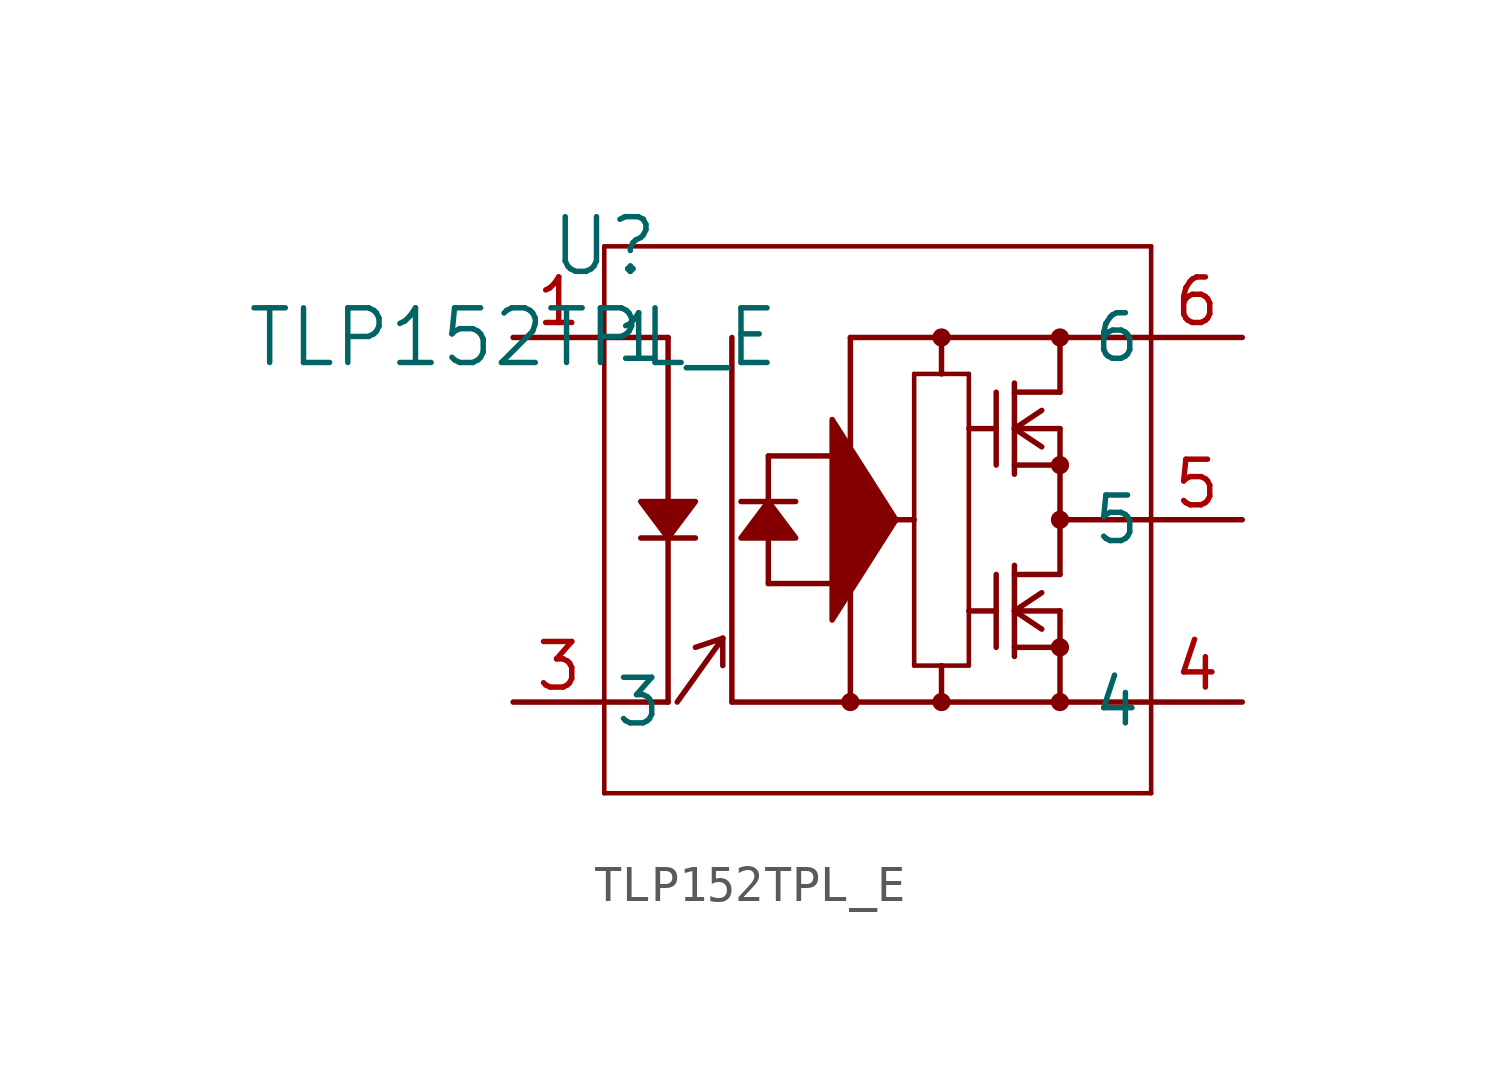
<source format=kicad_sym>
(kicad_symbol_lib
  (version 20211014)
  (generator kicad_symbol_editor)
  (symbol "TLP152TPL_E"
    (pin_names
      (offset 0.254))
    (property "Reference" "U"
      (at 2.54 2.54 0)
      (effects (font (size 1.524 1.524))))
    (property "Value" "TLP152TPL_E"
      (at 0 0 0)
      (effects (font (size 1.524 1.524))))
    (symbol "TLP152TPL_E_0_1"
      (polyline (pts (xy 8.89 -2.286) (xy 8.89 -2.286) (xy 8.89 -7.874) (xy 10.668 -5.08) (xy 8.89 -2.286)) (stroke (width 0) (type default) (color 0 0 0 0)) (fill (type outline)))
      (polyline (pts (xy 2.54 -12.7) (xy 2.54 2.54)) (stroke (width 0.127) (type default) (color 0 0 0 0)) (fill (type none)))
      (polyline (pts (xy 2.54 2.54) (xy 17.78 2.54)) (stroke (width 0.127) (type default) (color 0 0 0 0)) (fill (type none)))
      (polyline (pts (xy 17.78 2.54) (xy 17.78 -12.7)) (stroke (width 0.127) (type default) (color 0 0 0 0)) (fill (type none)))
      (polyline (pts (xy 17.78 -12.7) (xy 2.54 -12.7)) (stroke (width 0.127) (type default) (color 0 0 0 0)) (fill (type none)))
      (polyline (pts (xy 11.176 -9.144) (xy 11.176 -1.016)) (stroke (width 0.127) (type default) (color 0 0 0 0)) (fill (type none)))
      (polyline (pts (xy 11.176 -1.016) (xy 12.7 -1.016)) (stroke (width 0.127) (type default) (color 0 0 0 0)) (fill (type none)))
      (polyline (pts (xy 12.7 -1.016) (xy 12.7 -9.144)) (stroke (width 0.127) (type default) (color 0 0 0 0)) (fill (type none)))
      (polyline (pts (xy 12.7 -9.144) (xy 11.176 -9.144)) (stroke (width 0.127) (type default) (color 0 0 0 0)) (fill (type none)))
      (polyline (pts (xy 4.318 0) (xy 4.318 -4.572)) (stroke (width 0) (type default) (color 0 0 0 0)) (fill (type none)))
      (polyline (pts (xy 4.318 -10.16) (xy 4.318 -5.588)) (stroke (width 0) (type default) (color 0 0 0 0)) (fill (type none)))
      (polyline (pts (xy 3.556 -5.588) (xy 5.08 -5.588)) (stroke (width 0) (type default) (color 0 0 0 0)) (fill (type none)))
      (polyline (pts (xy 4.318 0) (xy 2.54 0)) (stroke (width 0) (type default) (color 0 0 0 0)) (fill (type none)))
      (polyline (pts (xy 4.318 -10.16) (xy 2.54 -10.16)) (stroke (width 0) (type default) (color 0 0 0 0)) (fill (type none)))
      (polyline (pts (xy 7.112 -4.572) (xy 7.112 -3.302)) (stroke (width 0) (type default) (color 0 0 0 0)) (fill (type none)))
      (polyline (pts (xy 6.35 -4.572) (xy 7.874 -4.572)) (stroke (width 0) (type default) (color 0 0 0 0)) (fill (type none)))
      (polyline (pts (xy 7.112 -3.302) (xy 8.89 -3.302)) (stroke (width 0) (type default) (color 0 0 0 0)) (fill (type none)))
      (polyline (pts (xy 7.112 -5.588) (xy 7.112 -6.858)) (stroke (width 0) (type default) (color 0 0 0 0)) (fill (type none)))
      (polyline (pts (xy 7.112 -6.858) (xy 8.89 -6.858)) (stroke (width 0) (type default) (color 0 0 0 0)) (fill (type none)))
      (polyline (pts (xy 6.096 0) (xy 6.096 -10.16)) (stroke (width 0) (type default) (color 0 0 0 0)) (fill (type none)))
      (polyline (pts (xy 5.08 -8.636) (xy 5.842 -8.382)) (stroke (width 0) (type default) (color 0 0 0 0)) (fill (type none)))
      (polyline (pts (xy 5.842 -8.382) (xy 4.572 -10.16)) (stroke (width 0) (type default) (color 0 0 0 0)) (fill (type none)))
      (polyline (pts (xy 5.842 -9.144) (xy 5.842 -8.382)) (stroke (width 0) (type default) (color 0 0 0 0)) (fill (type none)))
      (polyline (pts (xy 9.398 0) (xy 9.398 -3.048)) (stroke (width 0) (type default) (color 0 0 0 0)) (fill (type none)))
      (polyline (pts (xy 9.398 -10.16) (xy 9.398 -7.112)) (stroke (width 0) (type default) (color 0 0 0 0)) (fill (type none)))
      (polyline (pts (xy 9.398 0) (xy 17.78 0)) (stroke (width 0) (type default) (color 0 0 0 0)) (fill (type none)))
      (polyline (pts (xy 6.096 -10.16) (xy 17.78 -10.16)) (stroke (width 0) (type default) (color 0 0 0 0)) (fill (type none)))
      (polyline (pts (xy 11.938 -1.016) (xy 11.938 0)) (stroke (width 0) (type default) (color 0 0 0 0)) (fill (type none)))
      (polyline (pts (xy 11.938 -9.144) (xy 11.938 -10.16)) (stroke (width 0) (type default) (color 0 0 0 0)) (fill (type none)))
      (polyline (pts (xy 10.668 -5.08) (xy 11.176 -5.08)) (stroke (width 0) (type default) (color 0 0 0 0)) (fill (type none)))
      (polyline (pts (xy 12.7 -2.54) (xy 13.462 -2.54)) (stroke (width 0) (type default) (color 0 0 0 0)) (fill (type none)))
      (polyline (pts (xy 13.462 -1.524) (xy 13.462 -3.556)) (stroke (width 0) (type default) (color 0 0 0 0)) (fill (type none)))
      (polyline (pts (xy 13.97 -1.27) (xy 13.97 -3.81)) (stroke (width 0) (type default) (color 0 0 0 0)) (fill (type none)))
      (polyline (pts (xy 13.97 -1.524) (xy 15.24 -1.524)) (stroke (width 0) (type default) (color 0 0 0 0)) (fill (type none)))
      (polyline (pts (xy 13.97 -3.556) (xy 15.24 -3.556)) (stroke (width 0) (type default) (color 0 0 0 0)) (fill (type none)))
      (polyline (pts (xy 15.24 -1.524) (xy 15.24 0)) (stroke (width 0) (type default) (color 0 0 0 0)) (fill (type none)))
      (polyline (pts (xy 13.97 -2.54) (xy 15.24 -2.54)) (stroke (width 0) (type default) (color 0 0 0 0)) (fill (type none)))
      (polyline (pts (xy 13.97 -2.54) (xy 14.732 -2.032)) (stroke (width 0) (type default) (color 0 0 0 0)) (fill (type none)))
      (polyline (pts (xy 13.97 -2.54) (xy 14.732 -3.048)) (stroke (width 0) (type default) (color 0 0 0 0)) (fill (type none)))
      (polyline (pts (xy 15.24 -5.08) (xy 17.78 -5.08)) (stroke (width 0) (type default) (color 0 0 0 0)) (fill (type none)))
      (polyline (pts (xy 13.97 -7.62) (xy 15.24 -7.62)) (stroke (width 0) (type default) (color 0 0 0 0)) (fill (type none)))
      (polyline (pts (xy 13.97 -6.604) (xy 15.24 -6.604)) (stroke (width 0) (type default) (color 0 0 0 0)) (fill (type none)))
      (polyline (pts (xy 13.97 -8.636) (xy 15.24 -8.636)) (stroke (width 0) (type default) (color 0 0 0 0)) (fill (type none)))
      (polyline (pts (xy 13.97 -6.35) (xy 13.97 -8.89)) (stroke (width 0) (type default) (color 0 0 0 0)) (fill (type none)))
      (polyline (pts (xy 13.462 -6.604) (xy 13.462 -8.636)) (stroke (width 0) (type default) (color 0 0 0 0)) (fill (type none)))
      (polyline (pts (xy 13.97 -7.62) (xy 14.732 -8.128)) (stroke (width 0) (type default) (color 0 0 0 0)) (fill (type none)))
      (polyline (pts (xy 13.97 -7.62) (xy 14.732 -7.112)) (stroke (width 0) (type default) (color 0 0 0 0)) (fill (type none)))
      (polyline (pts (xy 12.7 -7.62) (xy 13.462 -7.62)) (stroke (width 0) (type default) (color 0 0 0 0)) (fill (type none)))
      (polyline (pts (xy 15.24 -2.54) (xy 15.24 -6.604)) (stroke (width 0) (type default) (color 0 0 0 0)) (fill (type none)))
      (polyline (pts (xy 15.24 -7.62) (xy 15.24 -10.16)) (stroke (width 0) (type default) (color 0 0 0 0)) (fill (type none)))
      (circle (center 11.938 0) (radius 0.127) (stroke (width 0.254) (type default) (color 0 0 0 0)) (fill (type none)))
      (circle (center 15.24 0) (radius 0.127) (stroke (width 0.254) (type default) (color 0 0 0 0)) (fill (type none)))
      (circle (center 15.24 -3.556) (radius 0.127) (stroke (width 0.254) (type default) (color 0 0 0 0)) (fill (type none)))
      (circle (center 15.24 -5.08) (radius 0.127) (stroke (width 0.254) (type default) (color 0 0 0 0)) (fill (type none)))
      (circle (center 15.24 -8.636) (radius 0.127) (stroke (width 0.254) (type default) (color 0 0 0 0)) (fill (type none)))
      (circle (center 15.24 -10.16) (radius 0.127) (stroke (width 0.254) (type default) (color 0 0 0 0)) (fill (type none)))
      (circle (center 11.938 -10.16) (radius 0.127) (stroke (width 0.254) (type default) (color 0 0 0 0)) (fill (type none)))
      (circle (center 9.398 -10.16) (radius 0.127) (stroke (width 0.254) (type default) (color 0 0 0 0)) (fill (type none)))
      (polyline (pts (xy 3.556 -4.572) (xy 3.556 -4.572) (xy 5.08 -4.572) (xy 4.318 -5.588) (xy 3.556 -4.572)) (stroke (width 0) (type default) (color 0 0 0 0)) (fill (type outline)))
      (polyline (pts (xy 6.35 -5.588) (xy 6.35 -5.588) (xy 7.874 -5.588) (xy 7.112 -4.572) (xy 6.35 -5.588)) (stroke (width 0) (type default) (color 0 0 0 0)) (fill (type outline)))
      (pin unspecified line (at 0 0 0) (length 2.54) (name "1" (effects (font (size 1.27 1.27)))) (number "1" (effects (font (size 1.27 1.27)))))
      (pin unspecified line (at 0 -10.16 0) (length 2.54) (name "3" (effects (font (size 1.27 1.27)))) (number "3" (effects (font (size 1.27 1.27)))))
      (pin power_out line (at 20.32 -10.16 180) (length 2.54) (name "4" (effects (font (size 1.27 1.27)))) (number "4" (effects (font (size 1.27 1.27)))))
      (pin unspecified line (at 20.32 -5.08 180) (length 2.54) (name "5" (effects (font (size 1.27 1.27)))) (number "5" (effects (font (size 1.27 1.27)))))
      (pin power_in line (at 20.32 0 180) (length 2.54) (name "6" (effects (font (size 1.27 1.27)))) (number "6" (effects (font (size 1.27 1.27))))))))
</source>
